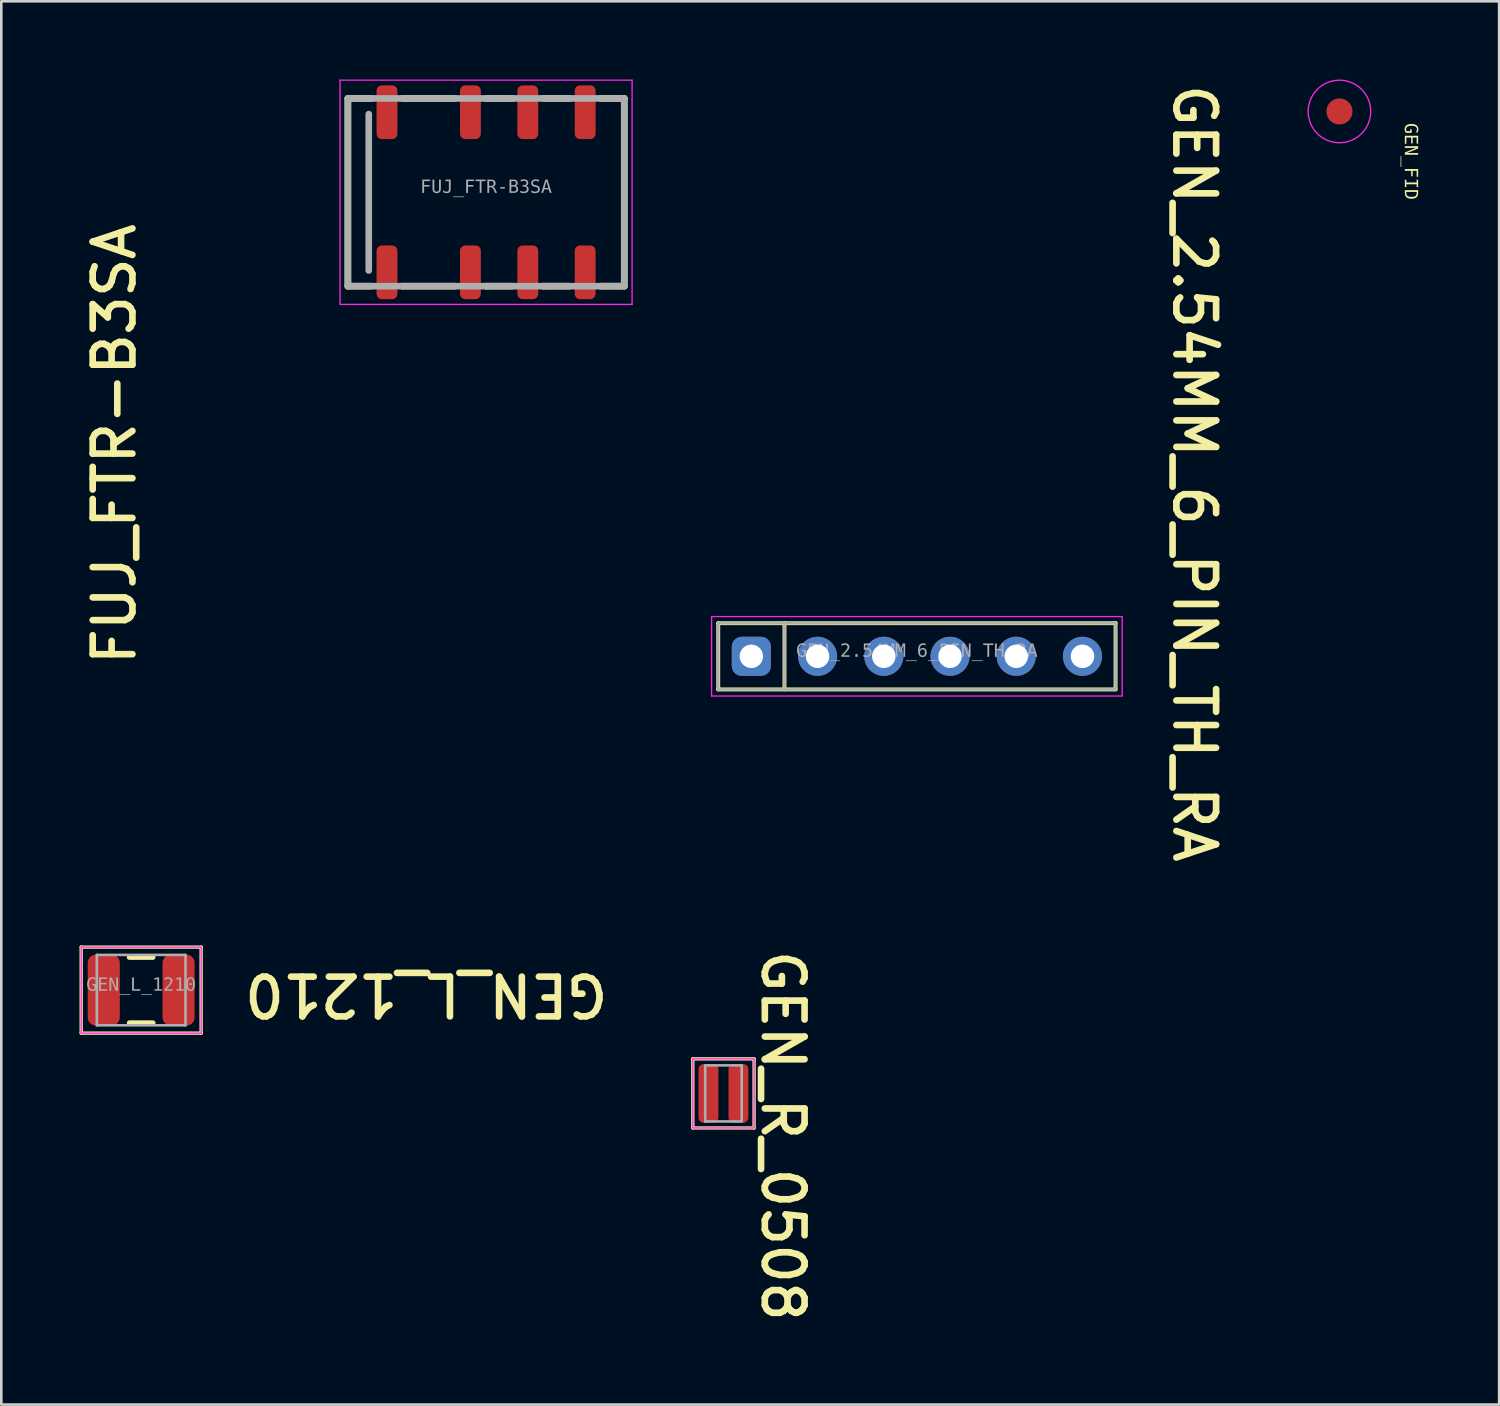
<source format=kicad_pcb>
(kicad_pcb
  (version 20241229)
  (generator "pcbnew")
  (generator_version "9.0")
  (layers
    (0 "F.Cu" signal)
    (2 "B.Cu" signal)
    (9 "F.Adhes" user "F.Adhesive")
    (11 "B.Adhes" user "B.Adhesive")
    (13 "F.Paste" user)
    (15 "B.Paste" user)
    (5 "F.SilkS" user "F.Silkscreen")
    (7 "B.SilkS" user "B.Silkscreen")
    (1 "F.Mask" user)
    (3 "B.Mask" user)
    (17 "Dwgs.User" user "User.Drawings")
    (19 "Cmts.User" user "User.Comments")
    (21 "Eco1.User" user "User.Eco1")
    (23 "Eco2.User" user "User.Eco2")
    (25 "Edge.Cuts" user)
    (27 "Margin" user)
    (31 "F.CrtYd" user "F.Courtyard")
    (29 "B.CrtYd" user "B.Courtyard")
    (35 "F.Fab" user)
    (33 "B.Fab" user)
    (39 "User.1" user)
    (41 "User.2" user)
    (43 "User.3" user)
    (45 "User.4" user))
  (footprint "GEN_FID"
    (layer "F.Cu")
    (at 48.323 1.225)
    (property "Reference" "GEN_FID" (at 2.716 1.917 270) (unlocked yes) (layer "F.SilkS") (effects (font (face "Consolas") (size 0.5 0.5) (thickness 0.254))))
    (fp_circle (center 0 0) (end 1 0) (stroke (width 0) (type default)) (fill yes) (layer "F.Mask"))
    (fp_circle (center 0 0) (end 1.2 0) (stroke (width 0.05) (type solid)) (fill no) (layer "F.CrtYd"))
    (pad "1" smd circle (at 0 0) (size 1 1) (layers "F.Cu")))
  (footprint "GEN_L_1210"
    (layer "F.Cu")
    (at 2.364 34.925)
    (property "Reference" "GEN_L_1210" (at 10.936 0.175 180) (unlocked yes) (layer "F.SilkS") (effects (font (size 1.524 1.524) (thickness 0.254))))
    (fp_line (start -2.3 -1.65) (end -2.3 1.65) (stroke (width 0.127) (type solid)) (layer "F.SilkS"))
    (fp_line (start 0.45 -1.26) (end -0.45 -1.26) (stroke (width 0.2) (type solid)) (layer "F.SilkS"))
    (fp_line (start 0.45 1.26) (end -0.45 1.26) (stroke (width 0.2) (type solid)) (layer "F.SilkS"))
    (fp_line (start 2.3 -1.65) (end -2.3 -1.65) (stroke (width 0.127) (type solid)) (layer "F.SilkS"))
    (fp_line (start 2.3 -1.65) (end 2.3 1.65) (stroke (width 0.127) (type solid)) (layer "F.SilkS"))
    (fp_line (start 2.3 1.65) (end -2.3 1.65) (stroke (width 0.127) (type solid)) (layer "F.SilkS"))
    (fp_line (start -2.3 -1.65) (end -2.3 1.65) (stroke (width 0.05) (type solid)) (layer "F.CrtYd"))
    (fp_line (start 2.3 -1.65) (end -2.3 -1.65) (stroke (width 0.05) (type solid)) (layer "F.CrtYd"))
    (fp_line (start 2.3 -1.65) (end 2.3 1.65) (stroke (width 0.05) (type solid)) (layer "F.CrtYd"))
    (fp_line (start 2.3 1.65) (end -2.3 1.65) (stroke (width 0.05) (type solid)) (layer "F.CrtYd"))
    (fp_line (start -1.7 -1.35) (end -1.7 1.35) (stroke (width 0.1) (type solid)) (layer "F.Fab"))
    (fp_line (start 1.7 -1.35) (end -1.7 -1.35) (stroke (width 0.1) (type solid)) (layer "F.Fab"))
    (fp_line (start 1.7 -1.35) (end 1.7 1.35) (stroke (width 0.1) (type solid)) (layer "F.Fab"))
    (fp_line (start 1.7 1.35) (end -1.7 1.35) (stroke (width 0.1) (type solid)) (layer "F.Fab"))
    (fp_line (start 0 -0.5) (end 0 0.5) (stroke (width 0.1) (type solid)) (layer "User.1"))
    (fp_line (start 0.5 0) (end -0.5 0) (stroke (width 0.1) (type solid)) (layer "User.1"))
    (fp_text user "${REFERENCE}" (at 0.00001 -0.184 0) (unlocked yes) (layer "F.Fab") (effects (font (face "Consolas") (size 0.5 0.5) (thickness 0.254))))
    (pad "1" smd roundrect (at -1.435 0 90) (size 2.72 1.23) (layers "F.Cu" "F.Mask" "F.Paste") (roundrect_rratio 0.25))
    (pad "2" smd roundrect (at 1.435 0 90) (size 2.72 1.23) (layers "F.Cu" "F.Mask" "F.Paste") (roundrect_rratio 0.25)))
  (footprint "FUJ_FTR-B3SA"
    (layer "F.Cu")
    (at 15.593 4.325)
    (property "Reference" "FUJ_FTR-B3SA" (at -14.256 9.659 90) (unlocked yes) (layer "F.SilkS") (effects (font (size 1.524 1.524) (thickness 0.254))))
    (fp_line (start -5.3 3.6) (end -5.3 -3.6) (stroke (width 0.254) (type solid)) (layer "F.SilkS"))
    (fp_line (start -4.4 -3.6) (end -5.3 -3.6) (stroke (width 0.254) (type solid)) (layer "F.SilkS"))
    (fp_line (start -4.4 3.6) (end -5.3 3.6) (stroke (width 0.254) (type solid)) (layer "F.SilkS"))
    (fp_line (start -1.2 -3.6) (end -3.2 -3.6) (stroke (width 0.254) (type solid)) (layer "F.SilkS"))
    (fp_line (start -1.2 3.6) (end -3.2 3.6) (stroke (width 0.254) (type solid)) (layer "F.SilkS"))
    (fp_line (start 1 -3.6) (end 0 -3.6) (stroke (width 0.254) (type solid)) (layer "F.SilkS"))
    (fp_line (start 1 3.6) (end 0 3.6) (stroke (width 0.254) (type solid)) (layer "F.SilkS"))
    (fp_line (start 3.2 -3.6) (end 2.2 -3.6) (stroke (width 0.254) (type solid)) (layer "F.SilkS"))
    (fp_line (start 3.2 3.6) (end 2.2 3.6) (stroke (width 0.254) (type solid)) (layer "F.SilkS"))
    (fp_line (start 5.3 -3.6) (end 4.4 -3.6) (stroke (width 0.254) (type solid)) (layer "F.SilkS"))
    (fp_line (start 5.3 3.6) (end 4.4 3.6) (stroke (width 0.254) (type solid)) (layer "F.SilkS"))
    (fp_line (start 5.3 3.6) (end 5.3 -3.6) (stroke (width 0.254) (type solid)) (layer "F.SilkS"))
    (fp_line (start -5.6 4.3) (end -5.6 -4.3) (stroke (width 0.05) (type solid)) (layer "F.CrtYd"))
    (fp_line (start 5.6 -4.3) (end -5.6 -4.3) (stroke (width 0.05) (type solid)) (layer "F.CrtYd"))
    (fp_line (start 5.6 4.3) (end -5.6 4.3) (stroke (width 0.05) (type solid)) (layer "F.CrtYd"))
    (fp_line (start 5.6 4.3) (end 5.6 -4.3) (stroke (width 0.05) (type solid)) (layer "F.CrtYd"))
    (fp_line (start -5.3 3.6) (end -5.3 -3.6) (stroke (width 0.254) (type solid)) (layer "F.Fab"))
    (fp_line (start -4.5 3) (end -4.5 -3) (stroke (width 0.254) (type solid)) (layer "F.Fab"))
    (fp_line (start -4.4 -3.6) (end -5.3 -3.6) (stroke (width 0.254) (type solid)) (layer "F.Fab"))
    (fp_line (start -3.2 3.6) (end -5.3 3.6) (stroke (width 0.254) (type solid)) (layer "F.Fab"))
    (fp_line (start -1.2 -3.6) (end -4.4 -3.6) (stroke (width 0.254) (type solid)) (layer "F.Fab"))
    (fp_line (start 0 3.6) (end -3.2 3.6) (stroke (width 0.254) (type solid)) (layer "F.Fab"))
    (fp_line (start 1 -3.6) (end -1.2 -3.6) (stroke (width 0.254) (type solid)) (layer "F.Fab"))
    (fp_line (start 2.2 3.6) (end 0 3.6) (stroke (width 0.254) (type solid)) (layer "F.Fab"))
    (fp_line (start 3.2 -3.6) (end 1 -3.6) (stroke (width 0.254) (type solid)) (layer "F.Fab"))
    (fp_line (start 4.4 3.6) (end 2.2 3.6) (stroke (width 0.254) (type solid)) (layer "F.Fab"))
    (fp_line (start 5.3 -3.6) (end 3.2 -3.6) (stroke (width 0.254) (type solid)) (layer "F.Fab"))
    (fp_line (start 5.3 3.6) (end 4.4 3.6) (stroke (width 0.254) (type solid)) (layer "F.Fab"))
    (fp_line (start 5.3 3.6) (end 5.3 -3.6) (stroke (width 0.254) (type solid)) (layer "F.Fab"))
    (fp_line (start 0 0.3) (end 0 -0.3) (stroke (width 0.1) (type solid)) (layer "User.1"))
    (fp_line (start 0.3 0) (end -0.3 0) (stroke (width 0.1) (type solid)) (layer "User.1"))
    (fp_text user "${REFERENCE}" (at 0.000005 -0.185 0) (unlocked yes) (layer "F.Fab") (effects (font (face "Consolas") (size 0.5 0.5) (thickness 0.254))))
    (pad "1" smd roundrect (at -3.8 3.07) (size 0.8 2.06) (layers "F.Cu" "F.Mask" "F.Paste") (roundrect_rratio 0.25))
    (pad "2" smd roundrect (at -0.6 3.07) (size 0.8 2.06) (layers "F.Cu" "F.Mask" "F.Paste") (roundrect_rratio 0.25))
    (pad "3" smd roundrect (at 1.6 3.07) (size 0.8 2.06) (layers "F.Cu" "F.Mask" "F.Paste") (roundrect_rratio 0.25))
    (pad "4" smd roundrect (at 3.8 3.07) (size 0.8 2.06) (layers "F.Cu" "F.Mask" "F.Paste") (roundrect_rratio 0.25))
    (pad "5" smd roundrect (at 3.8 -3.07) (size 0.8 2.06) (layers "F.Cu" "F.Mask" "F.Paste") (roundrect_rratio 0.25))
    (pad "6" smd roundrect (at 1.6 -3.07) (size 0.8 2.06) (layers "F.Cu" "F.Mask" "F.Paste") (roundrect_rratio 0.25))
    (pad "7" smd roundrect (at -0.6 -3.07) (size 0.8 2.06) (layers "F.Cu" "F.Mask" "F.Paste") (roundrect_rratio 0.25))
    (pad "8" smd roundrect (at -3.8 -3.07) (size 0.8 2.06) (layers "F.Cu" "F.Mask" "F.Paste") (roundrect_rratio 0.25)))
  (footprint "GEN_2.54MM_6_PIN_TH_RA"
    (layer "F.Cu")
    (at 32.117 22.122)
    (property "Reference" "GEN_2.54MM_6_PIN_TH_RA" (at 10.643 -7.016 270) (unlocked yes) (layer "F.SilkS") (effects (font (size 1.524 1.524) (thickness 0.254))))
    (fp_line (start -7.62 -1.27) (end 7.62 -1.27) (stroke (width 0.15) (type solid)) (layer "F.SilkS"))
    (fp_line (start -7.62 1.27) (end -7.62 -1.27) (stroke (width 0.15) (type solid)) (layer "F.SilkS"))
    (fp_line (start -7.62 1.27) (end 7.62 1.27) (stroke (width 0.15) (type solid)) (layer "F.SilkS"))
    (fp_line (start -5.08 1.27) (end -5.08 -1.27) (stroke (width 0.15) (type solid)) (layer "F.SilkS"))
    (fp_line (start 7.62 1.27) (end 7.62 -1.27) (stroke (width 0.15) (type solid)) (layer "F.SilkS"))
    (fp_line (start -7.874 -1.524) (end 7.874 -1.524) (stroke (width 0.05) (type solid)) (layer "F.CrtYd"))
    (fp_line (start -7.874 1.524) (end -7.874 -1.524) (stroke (width 0.05) (type solid)) (layer "F.CrtYd"))
    (fp_line (start -7.874 1.524) (end 7.874 1.524) (stroke (width 0.05) (type solid)) (layer "F.CrtYd"))
    (fp_line (start 7.874 1.524) (end 7.874 -1.524) (stroke (width 0.05) (type solid)) (layer "F.CrtYd"))
    (fp_line (start -7.62 -1.27) (end 7.62 -1.27) (stroke (width 0.1) (type solid)) (layer "F.Fab"))
    (fp_line (start -7.62 1.27) (end -7.62 -1.27) (stroke (width 0.1) (type solid)) (layer "F.Fab"))
    (fp_line (start -7.62 1.27) (end 7.62 1.27) (stroke (width 0.1) (type solid)) (layer "F.Fab"))
    (fp_line (start -5.08 1.27) (end -5.08 -1.27) (stroke (width 0.1) (type solid)) (layer "F.Fab"))
    (fp_line (start 7.62 1.27) (end 7.62 -1.27) (stroke (width 0.1) (type solid)) (layer "F.Fab"))
    (fp_line (start -0.5 0) (end 0.5 0) (stroke (width 0.1) (type solid)) (layer "User.2"))
    (fp_line (start 0 0.5) (end 0 -0.5) (stroke (width 0.1) (type solid)) (layer "User.2"))
    (fp_text user "${REFERENCE}" (at 0 -0.189 0) (unlocked yes) (layer "F.Fab") (effects (font (face "Consolas") (size 0.5 0.5) (thickness 0.254))))
    (pad "1" thru_hole roundrect (at -6.35 0) (size 1.5 1.5) (drill 0.9) (layers "*.Cu" "*.Mask") (roundrect_rratio 0.25))
    (pad "2" thru_hole circle (at -3.81 0) (size 1.5 1.5) (drill 0.9) (layers "*.Cu" "*.Mask"))
    (pad "3" thru_hole circle (at -1.27 0) (size 1.5 1.5) (drill 0.9) (layers "*.Cu" "*.Mask"))
    (pad "4" thru_hole circle (at 1.27 0) (size 1.5 1.5) (drill 0.9) (layers "*.Cu" "*.Mask"))
    (pad "5" thru_hole circle (at 3.81 0) (size 1.5 1.5) (drill 0.9) (layers "*.Cu" "*.Mask"))
    (pad "6" thru_hole circle (at 6.35 0) (size 1.5 1.5) (drill 0.9) (layers "*.Cu" "*.Mask")))
  (footprint "GEN_R_0508"
    (layer "F.Cu")
    (at 24.697 38.887)
    (property "Reference" "GEN_R_0508" (at 2.279 1.629 270) (unlocked yes) (layer "F.SilkS") (effects (font (size 1.524 1.524) (thickness 0.254))))
    (fp_line (start -1.175 -1.325) (end -1.175 1.325) (stroke (width 0.127) (type solid)) (layer "F.SilkS"))
    (fp_line (start -1.175 -1.325) (end 1.175 -1.325) (stroke (width 0.127) (type solid)) (layer "F.SilkS"))
    (fp_line (start -1.175 1.325) (end 1.175 1.325) (stroke (width 0.127) (type solid)) (layer "F.SilkS"))
    (fp_line (start 1.175 -1.325) (end 1.175 1.325) (stroke (width 0.127) (type solid)) (layer "F.SilkS"))
    (fp_line (start -1.175 -1.325) (end -1.175 1.325) (stroke (width 0.05) (type solid)) (layer "F.CrtYd"))
    (fp_line (start -1.175 -1.325) (end 1.175 -1.325) (stroke (width 0.05) (type solid)) (layer "F.CrtYd"))
    (fp_line (start -1.175 1.325) (end 1.175 1.325) (stroke (width 0.05) (type solid)) (layer "F.CrtYd"))
    (fp_line (start 1.175 -1.325) (end 1.175 1.325) (stroke (width 0.05) (type solid)) (layer "F.CrtYd"))
    (fp_line (start -0.7 -1.075) (end -0.7 1.075) (stroke (width 0.1) (type solid)) (layer "F.Fab"))
    (fp_line (start -0.7 -1.075) (end 0.7 -1.075) (stroke (width 0.1) (type solid)) (layer "F.Fab"))
    (fp_line (start -0.7 1.075) (end 0.7 1.075) (stroke (width 0.1) (type solid)) (layer "F.Fab"))
    (fp_line (start 0.7 -1.075) (end 0.7 1.075) (stroke (width 0.1) (type solid)) (layer "F.Fab"))
    (fp_line (start -0.5 0) (end 0.5 0) (stroke (width 0.1) (type solid)) (layer "User.1"))
    (fp_line (start 0 -0.5) (end 0 0.5) (stroke (width 0.1) (type solid)) (layer "User.1"))
    (pad "1" smd roundrect (at -0.575 0 90) (size 2.25 0.762) (layers "F.Cu" "F.Mask" "F.Paste") (roundrect_rratio 0.25))
    (pad "2" smd roundrect (at 0.575 0 90) (size 2.25 0.762) (layers "F.Cu" "F.Mask" "F.Paste") (roundrect_rratio 0.25)))
  (gr_rect
    (start -3 -3)
    (end 54.447 50.82)
    (stroke (width 0.1) (type default))
    (fill no)
    (layer "Edge.Cuts")))
</source>
